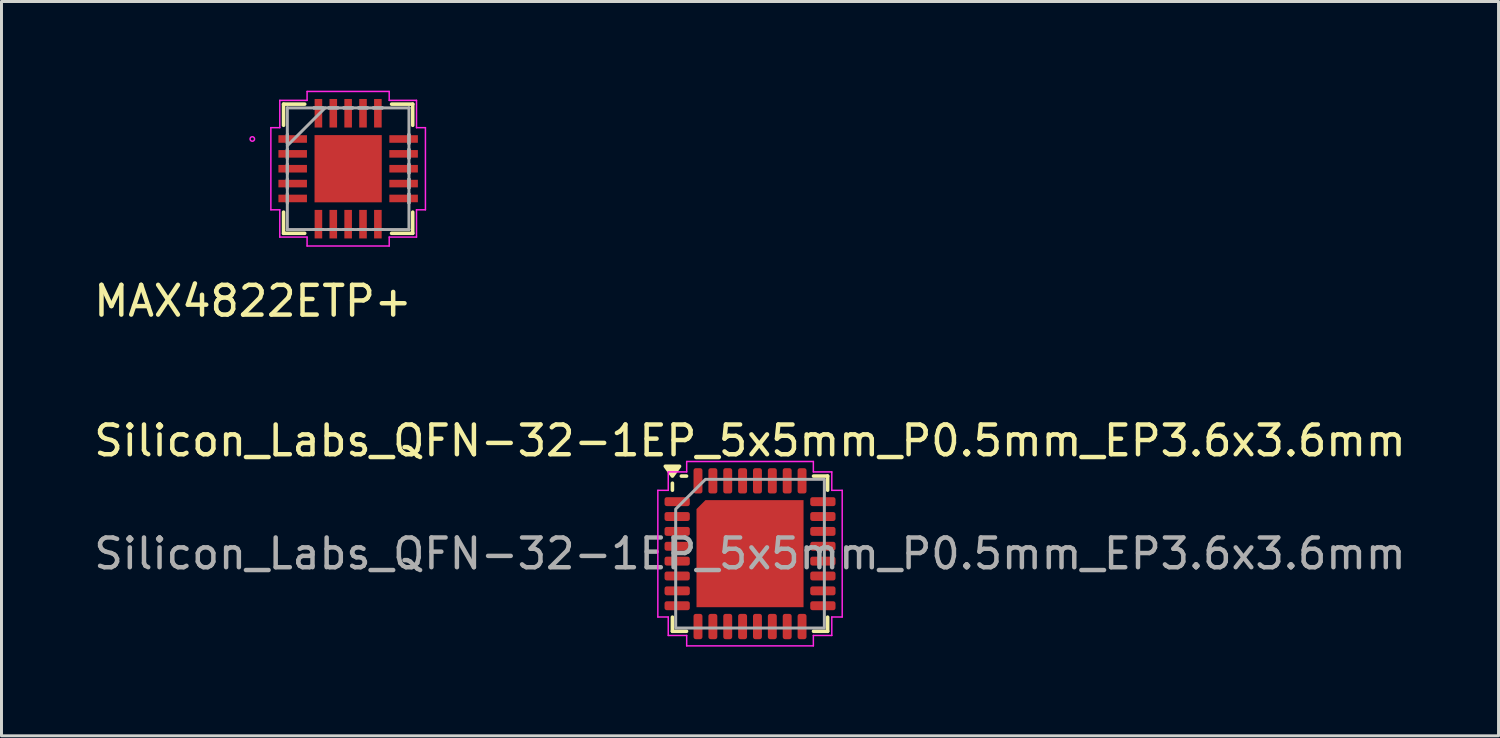
<source format=kicad_pcb>
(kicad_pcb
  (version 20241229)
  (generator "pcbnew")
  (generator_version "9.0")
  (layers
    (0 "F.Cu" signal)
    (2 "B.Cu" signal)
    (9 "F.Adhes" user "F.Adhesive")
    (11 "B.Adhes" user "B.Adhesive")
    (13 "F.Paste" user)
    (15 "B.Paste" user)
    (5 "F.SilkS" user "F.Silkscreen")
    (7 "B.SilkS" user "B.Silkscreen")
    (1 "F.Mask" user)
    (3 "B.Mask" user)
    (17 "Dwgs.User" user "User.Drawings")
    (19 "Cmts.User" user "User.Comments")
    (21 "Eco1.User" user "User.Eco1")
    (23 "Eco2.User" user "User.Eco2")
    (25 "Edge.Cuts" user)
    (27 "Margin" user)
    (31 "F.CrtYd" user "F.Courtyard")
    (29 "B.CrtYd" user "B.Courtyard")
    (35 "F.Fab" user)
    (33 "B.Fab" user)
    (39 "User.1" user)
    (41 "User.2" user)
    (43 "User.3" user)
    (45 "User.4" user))
  (footprint "MAX4822ETP+"
    (layer "F.Cu")
    (at 8.658 2.624)
    (property "Reference" "MAX4822ETP+" (at -3.2 4.45 0) (layer "F.SilkS") (effects (font (size 1 1) (thickness 0.15))))
    (attr through_hole)
    (fp_line (start -2.172 -2.172) (end -2.172 -1.46) (stroke (width 0.12) (type solid)) (layer "F.SilkS"))
    (fp_line (start -2.172 1.46) (end -2.172 2.172) (stroke (width 0.12) (type solid)) (layer "F.SilkS"))
    (fp_line (start -2.172 2.172) (end -1.46 2.172) (stroke (width 0.12) (type solid)) (layer "F.SilkS"))
    (fp_line (start -1.46 -2.172) (end -2.172 -2.172) (stroke (width 0.12) (type solid)) (layer "F.SilkS"))
    (fp_line (start 1.46 2.172) (end 2.172 2.172) (stroke (width 0.12) (type solid)) (layer "F.SilkS"))
    (fp_line (start 2.172 -2.172) (end 1.46 -2.172) (stroke (width 0.12) (type solid)) (layer "F.SilkS"))
    (fp_line (start 2.172 -1.46) (end 2.172 -2.172) (stroke (width 0.12) (type solid)) (layer "F.SilkS"))
    (fp_line (start 2.172 2.172) (end 2.172 1.46) (stroke (width 0.12) (type solid)) (layer "F.SilkS"))
    (fp_line (start -2.599 -1.381) (end -2.299 -1.381) (stroke (width 0.05) (type solid)) (layer "F.CrtYd"))
    (fp_line (start -2.599 1.381) (end -2.599 -1.381) (stroke (width 0.05) (type solid)) (layer "F.CrtYd"))
    (fp_line (start -2.299 -2.299) (end -1.381 -2.299) (stroke (width 0.05) (type solid)) (layer "F.CrtYd"))
    (fp_line (start -2.299 -1.381) (end -2.299 -2.299) (stroke (width 0.05) (type solid)) (layer "F.CrtYd"))
    (fp_line (start -2.299 1.381) (end -2.599 1.381) (stroke (width 0.05) (type solid)) (layer "F.CrtYd"))
    (fp_line (start -2.299 2.299) (end -2.299 1.381) (stroke (width 0.05) (type solid)) (layer "F.CrtYd"))
    (fp_line (start -1.381 -2.599) (end 1.381 -2.599) (stroke (width 0.05) (type solid)) (layer "F.CrtYd"))
    (fp_line (start -1.381 -2.299) (end -1.381 -2.599) (stroke (width 0.05) (type solid)) (layer "F.CrtYd"))
    (fp_line (start -1.381 2.299) (end -2.299 2.299) (stroke (width 0.05) (type solid)) (layer "F.CrtYd"))
    (fp_line (start -1.381 2.599) (end -1.381 2.299) (stroke (width 0.05) (type solid)) (layer "F.CrtYd"))
    (fp_line (start 1.381 -2.599) (end 1.381 -2.299) (stroke (width 0.05) (type solid)) (layer "F.CrtYd"))
    (fp_line (start 1.381 -2.299) (end 2.299 -2.299) (stroke (width 0.05) (type solid)) (layer "F.CrtYd"))
    (fp_line (start 1.381 2.299) (end 1.381 2.599) (stroke (width 0.05) (type solid)) (layer "F.CrtYd"))
    (fp_line (start 1.381 2.599) (end -1.381 2.599) (stroke (width 0.05) (type solid)) (layer "F.CrtYd"))
    (fp_line (start 2.299 -2.299) (end 2.299 -1.381) (stroke (width 0.05) (type solid)) (layer "F.CrtYd"))
    (fp_line (start 2.299 -1.381) (end 2.599 -1.381) (stroke (width 0.05) (type solid)) (layer "F.CrtYd"))
    (fp_line (start 2.299 1.381) (end 2.299 2.299) (stroke (width 0.05) (type solid)) (layer "F.CrtYd"))
    (fp_line (start 2.299 2.299) (end 1.381 2.299) (stroke (width 0.05) (type solid)) (layer "F.CrtYd"))
    (fp_line (start 2.599 -1.381) (end 2.599 1.381) (stroke (width 0.05) (type solid)) (layer "F.CrtYd"))
    (fp_line (start 2.599 1.381) (end 2.299 1.381) (stroke (width 0.05) (type solid)) (layer "F.CrtYd"))
    (fp_circle (center -3.223 -1) (end -3.147 -1) (stroke (width 0.05) (type solid)) (fill no) (layer "F.CrtYd"))
    (fp_line (start -2.045 -2.045) (end -2.045 -2.045) (stroke (width 0.1) (type solid)) (layer "F.Fab"))
    (fp_line (start -2.045 -2.045) (end -2.045 2.045) (stroke (width 0.1) (type solid)) (layer "F.Fab"))
    (fp_line (start -2.045 -1.152) (end -2.045 -1.152) (stroke (width 0.1) (type solid)) (layer "F.Fab"))
    (fp_line (start -2.045 -1.152) (end -2.045 -0.848) (stroke (width 0.1) (type solid)) (layer "F.Fab"))
    (fp_line (start -2.045 -0.848) (end -2.045 -1.152) (stroke (width 0.1) (type solid)) (layer "F.Fab"))
    (fp_line (start -2.045 -0.848) (end -2.045 -0.848) (stroke (width 0.1) (type solid)) (layer "F.Fab"))
    (fp_line (start -2.045 -0.775) (end -0.775 -2.045) (stroke (width 0.1) (type solid)) (layer "F.Fab"))
    (fp_line (start -2.045 -0.652) (end -2.045 -0.652) (stroke (width 0.1) (type solid)) (layer "F.Fab"))
    (fp_line (start -2.045 -0.652) (end -2.045 -0.348) (stroke (width 0.1) (type solid)) (layer "F.Fab"))
    (fp_line (start -2.045 -0.348) (end -2.045 -0.652) (stroke (width 0.1) (type solid)) (layer "F.Fab"))
    (fp_line (start -2.045 -0.348) (end -2.045 -0.348) (stroke (width 0.1) (type solid)) (layer "F.Fab"))
    (fp_line (start -2.045 -0.152) (end -2.045 -0.152) (stroke (width 0.1) (type solid)) (layer "F.Fab"))
    (fp_line (start -2.045 -0.152) (end -2.045 0.152) (stroke (width 0.1) (type solid)) (layer "F.Fab"))
    (fp_line (start -2.045 0.152) (end -2.045 -0.152) (stroke (width 0.1) (type solid)) (layer "F.Fab"))
    (fp_line (start -2.045 0.152) (end -2.045 0.152) (stroke (width 0.1) (type solid)) (layer "F.Fab"))
    (fp_line (start -2.045 0.348) (end -2.045 0.348) (stroke (width 0.1) (type solid)) (layer "F.Fab"))
    (fp_line (start -2.045 0.348) (end -2.045 0.652) (stroke (width 0.1) (type solid)) (layer "F.Fab"))
    (fp_line (start -2.045 0.652) (end -2.045 0.348) (stroke (width 0.1) (type solid)) (layer "F.Fab"))
    (fp_line (start -2.045 0.652) (end -2.045 0.652) (stroke (width 0.1) (type solid)) (layer "F.Fab"))
    (fp_line (start -2.045 0.848) (end -2.045 0.848) (stroke (width 0.1) (type solid)) (layer "F.Fab"))
    (fp_line (start -2.045 0.848) (end -2.045 1.152) (stroke (width 0.1) (type solid)) (layer "F.Fab"))
    (fp_line (start -2.045 1.152) (end -2.045 0.848) (stroke (width 0.1) (type solid)) (layer "F.Fab"))
    (fp_line (start -2.045 1.152) (end -2.045 1.152) (stroke (width 0.1) (type solid)) (layer "F.Fab"))
    (fp_line (start -2.045 2.045) (end -2.045 2.045) (stroke (width 0.1) (type solid)) (layer "F.Fab"))
    (fp_line (start -2.045 2.045) (end 2.045 2.045) (stroke (width 0.1) (type solid)) (layer "F.Fab"))
    (fp_line (start -1.152 -2.045) (end -1.152 -2.045) (stroke (width 0.1) (type solid)) (layer "F.Fab"))
    (fp_line (start -1.152 -2.045) (end -0.848 -2.045) (stroke (width 0.1) (type solid)) (layer "F.Fab"))
    (fp_line (start -1.152 2.045) (end -1.152 2.045) (stroke (width 0.1) (type solid)) (layer "F.Fab"))
    (fp_line (start -1.152 2.045) (end -0.848 2.045) (stroke (width 0.1) (type solid)) (layer "F.Fab"))
    (fp_line (start -0.848 -2.045) (end -1.152 -2.045) (stroke (width 0.1) (type solid)) (layer "F.Fab"))
    (fp_line (start -0.848 -2.045) (end -0.848 -2.045) (stroke (width 0.1) (type solid)) (layer "F.Fab"))
    (fp_line (start -0.848 2.045) (end -1.152 2.045) (stroke (width 0.1) (type solid)) (layer "F.Fab"))
    (fp_line (start -0.848 2.045) (end -0.848 2.045) (stroke (width 0.1) (type solid)) (layer "F.Fab"))
    (fp_line (start -0.652 -2.045) (end -0.652 -2.045) (stroke (width 0.1) (type solid)) (layer "F.Fab"))
    (fp_line (start -0.652 -2.045) (end -0.348 -2.045) (stroke (width 0.1) (type solid)) (layer "F.Fab"))
    (fp_line (start -0.652 2.045) (end -0.652 2.045) (stroke (width 0.1) (type solid)) (layer "F.Fab"))
    (fp_line (start -0.652 2.045) (end -0.348 2.045) (stroke (width 0.1) (type solid)) (layer "F.Fab"))
    (fp_line (start -0.348 -2.045) (end -0.652 -2.045) (stroke (width 0.1) (type solid)) (layer "F.Fab"))
    (fp_line (start -0.348 -2.045) (end -0.348 -2.045) (stroke (width 0.1) (type solid)) (layer "F.Fab"))
    (fp_line (start -0.348 2.045) (end -0.652 2.045) (stroke (width 0.1) (type solid)) (layer "F.Fab"))
    (fp_line (start -0.348 2.045) (end -0.348 2.045) (stroke (width 0.1) (type solid)) (layer "F.Fab"))
    (fp_line (start -0.152 -2.045) (end -0.152 -2.045) (stroke (width 0.1) (type solid)) (layer "F.Fab"))
    (fp_line (start -0.152 -2.045) (end 0.152 -2.045) (stroke (width 0.1) (type solid)) (layer "F.Fab"))
    (fp_line (start -0.152 2.045) (end -0.152 2.045) (stroke (width 0.1) (type solid)) (layer "F.Fab"))
    (fp_line (start -0.152 2.045) (end 0.152 2.045) (stroke (width 0.1) (type solid)) (layer "F.Fab"))
    (fp_line (start 0.152 -2.045) (end -0.152 -2.045) (stroke (width 0.1) (type solid)) (layer "F.Fab"))
    (fp_line (start 0.152 -2.045) (end 0.152 -2.045) (stroke (width 0.1) (type solid)) (layer "F.Fab"))
    (fp_line (start 0.152 2.045) (end -0.152 2.045) (stroke (width 0.1) (type solid)) (layer "F.Fab"))
    (fp_line (start 0.152 2.045) (end 0.152 2.045) (stroke (width 0.1) (type solid)) (layer "F.Fab"))
    (fp_line (start 0.348 -2.045) (end 0.348 -2.045) (stroke (width 0.1) (type solid)) (layer "F.Fab"))
    (fp_line (start 0.348 -2.045) (end 0.652 -2.045) (stroke (width 0.1) (type solid)) (layer "F.Fab"))
    (fp_line (start 0.348 2.045) (end 0.348 2.045) (stroke (width 0.1) (type solid)) (layer "F.Fab"))
    (fp_line (start 0.348 2.045) (end 0.652 2.045) (stroke (width 0.1) (type solid)) (layer "F.Fab"))
    (fp_line (start 0.652 -2.045) (end 0.348 -2.045) (stroke (width 0.1) (type solid)) (layer "F.Fab"))
    (fp_line (start 0.652 -2.045) (end 0.652 -2.045) (stroke (width 0.1) (type solid)) (layer "F.Fab"))
    (fp_line (start 0.652 2.045) (end 0.348 2.045) (stroke (width 0.1) (type solid)) (layer "F.Fab"))
    (fp_line (start 0.652 2.045) (end 0.652 2.045) (stroke (width 0.1) (type solid)) (layer "F.Fab"))
    (fp_line (start 0.848 -2.045) (end 0.848 -2.045) (stroke (width 0.1) (type solid)) (layer "F.Fab"))
    (fp_line (start 0.848 -2.045) (end 1.152 -2.045) (stroke (width 0.1) (type solid)) (layer "F.Fab"))
    (fp_line (start 0.848 2.045) (end 0.848 2.045) (stroke (width 0.1) (type solid)) (layer "F.Fab"))
    (fp_line (start 0.848 2.045) (end 1.152 2.045) (stroke (width 0.1) (type solid)) (layer "F.Fab"))
    (fp_line (start 1.152 -2.045) (end 0.848 -2.045) (stroke (width 0.1) (type solid)) (layer "F.Fab"))
    (fp_line (start 1.152 -2.045) (end 1.152 -2.045) (stroke (width 0.1) (type solid)) (layer "F.Fab"))
    (fp_line (start 1.152 2.045) (end 0.848 2.045) (stroke (width 0.1) (type solid)) (layer "F.Fab"))
    (fp_line (start 1.152 2.045) (end 1.152 2.045) (stroke (width 0.1) (type solid)) (layer "F.Fab"))
    (fp_line (start 2.045 -2.045) (end -2.045 -2.045) (stroke (width 0.1) (type solid)) (layer "F.Fab"))
    (fp_line (start 2.045 -2.045) (end 2.045 -2.045) (stroke (width 0.1) (type solid)) (layer "F.Fab"))
    (fp_line (start 2.045 -1.152) (end 2.045 -1.152) (stroke (width 0.1) (type solid)) (layer "F.Fab"))
    (fp_line (start 2.045 -1.152) (end 2.045 -0.848) (stroke (width 0.1) (type solid)) (layer "F.Fab"))
    (fp_line (start 2.045 -0.848) (end 2.045 -1.152) (stroke (width 0.1) (type solid)) (layer "F.Fab"))
    (fp_line (start 2.045 -0.848) (end 2.045 -0.848) (stroke (width 0.1) (type solid)) (layer "F.Fab"))
    (fp_line (start 2.045 -0.652) (end 2.045 -0.652) (stroke (width 0.1) (type solid)) (layer "F.Fab"))
    (fp_line (start 2.045 -0.652) (end 2.045 -0.348) (stroke (width 0.1) (type solid)) (layer "F.Fab"))
    (fp_line (start 2.045 -0.348) (end 2.045 -0.652) (stroke (width 0.1) (type solid)) (layer "F.Fab"))
    (fp_line (start 2.045 -0.348) (end 2.045 -0.348) (stroke (width 0.1) (type solid)) (layer "F.Fab"))
    (fp_line (start 2.045 -0.152) (end 2.045 -0.152) (stroke (width 0.1) (type solid)) (layer "F.Fab"))
    (fp_line (start 2.045 -0.152) (end 2.045 0.152) (stroke (width 0.1) (type solid)) (layer "F.Fab"))
    (fp_line (start 2.045 0.152) (end 2.045 -0.152) (stroke (width 0.1) (type solid)) (layer "F.Fab"))
    (fp_line (start 2.045 0.152) (end 2.045 0.152) (stroke (width 0.1) (type solid)) (layer "F.Fab"))
    (fp_line (start 2.045 0.348) (end 2.045 0.348) (stroke (width 0.1) (type solid)) (layer "F.Fab"))
    (fp_line (start 2.045 0.348) (end 2.045 0.652) (stroke (width 0.1) (type solid)) (layer "F.Fab"))
    (fp_line (start 2.045 0.652) (end 2.045 0.348) (stroke (width 0.1) (type solid)) (layer "F.Fab"))
    (fp_line (start 2.045 0.652) (end 2.045 0.652) (stroke (width 0.1) (type solid)) (layer "F.Fab"))
    (fp_line (start 2.045 0.848) (end 2.045 0.848) (stroke (width 0.1) (type solid)) (layer "F.Fab"))
    (fp_line (start 2.045 0.848) (end 2.045 1.152) (stroke (width 0.1) (type solid)) (layer "F.Fab"))
    (fp_line (start 2.045 1.152) (end 2.045 0.848) (stroke (width 0.1) (type solid)) (layer "F.Fab"))
    (fp_line (start 2.045 1.152) (end 2.045 1.152) (stroke (width 0.1) (type solid)) (layer "F.Fab"))
    (fp_line (start 2.045 2.045) (end 2.045 -2.045) (stroke (width 0.1) (type solid)) (layer "F.Fab"))
    (fp_line (start 2.045 2.045) (end 2.045 2.045) (stroke (width 0.1) (type solid)) (layer "F.Fab"))
    (pad "1" smd rect (at -1.865 -1 90) (size 0.255 0.96) (layers "F.Cu" "F.Mask" "F.Paste"))
    (pad "2" smd rect (at -1.865 -0.5 90) (size 0.255 0.96) (layers "F.Cu" "F.Mask" "F.Paste"))
    (pad "3" smd rect (at -1.865 0 90) (size 0.255 0.96) (layers "F.Cu" "F.Mask" "F.Paste"))
    (pad "4" smd rect (at -1.865 0.5 90) (size 0.255 0.96) (layers "F.Cu" "F.Mask" "F.Paste"))
    (pad "5" smd rect (at -1.865 1 90) (size 0.255 0.96) (layers "F.Cu" "F.Mask" "F.Paste"))
    (pad "6" smd rect (at -1 1.865) (size 0.255 0.96) (layers "F.Cu" "F.Mask" "F.Paste"))
    (pad "7" smd rect (at -0.5 1.865) (size 0.255 0.96) (layers "F.Cu" "F.Mask" "F.Paste"))
    (pad "8" smd rect (at 0 1.865) (size 0.255 0.96) (layers "F.Cu" "F.Mask" "F.Paste"))
    (pad "9" smd rect (at 0.5 1.865) (size 0.255 0.96) (layers "F.Cu" "F.Mask" "F.Paste"))
    (pad "10" smd rect (at 1 1.865) (size 0.255 0.96) (layers "F.Cu" "F.Mask" "F.Paste"))
    (pad "11" smd rect (at 1.865 1 90) (size 0.255 0.96) (layers "F.Cu" "F.Mask" "F.Paste"))
    (pad "12" smd rect (at 1.865 0.5 90) (size 0.255 0.96) (layers "F.Cu" "F.Mask" "F.Paste"))
    (pad "13" smd rect (at 1.865 0 90) (size 0.255 0.96) (layers "F.Cu" "F.Mask" "F.Paste"))
    (pad "14" smd rect (at 1.865 -0.5 90) (size 0.255 0.96) (layers "F.Cu" "F.Mask" "F.Paste"))
    (pad "15" smd rect (at 1.865 -1 90) (size 0.255 0.96) (layers "F.Cu" "F.Mask" "F.Paste"))
    (pad "16" smd rect (at 1 -1.865) (size 0.255 0.96) (layers "F.Cu" "F.Mask" "F.Paste"))
    (pad "17" smd rect (at 0.5 -1.865) (size 0.255 0.96) (layers "F.Cu" "F.Mask" "F.Paste"))
    (pad "18" smd rect (at 0 -1.865) (size 0.255 0.96) (layers "F.Cu" "F.Mask" "F.Paste"))
    (pad "19" smd rect (at -0.5 -1.865) (size 0.255 0.96) (layers "F.Cu" "F.Mask" "F.Paste"))
    (pad "20" smd rect (at -1 -1.865) (size 0.255 0.96) (layers "F.Cu" "F.Mask" "F.Paste"))
    (pad "21" smd rect (at 0 0) (size 2.261 2.261) (layers "F.Cu" "F.Mask" "F.Paste")))
  (footprint "Silicon_Labs_QFN-32-1EP_5x5mm_P0.5mm_EP3.6x3.6mm"
    (layer "F.Cu")
    (at 22.173 15.57)
    (property "Reference" "Silicon_Labs_QFN-32-1EP_5x5mm_P0.5mm_EP3.6x3.6mm" (at 0 -3.8 0) (layer "F.SilkS") (effects (font (size 1 1) (thickness 0.15))))
    (attr smd)
    (fp_poly (pts (xy -1.8 -1.5) (xy -1.5 -1.8) (xy 1.8 -1.8) (xy 1.8 1.8) (xy -1.8 1.8)) (stroke (width 0) (type solid)) (fill yes) (layer "F.Cu"))
    (fp_line (start -2.61 -2.135) (end -2.61 -2.37) (stroke (width 0.12) (type solid)) (layer "F.SilkS"))
    (fp_line (start -2.61 2.61) (end -2.61 2.135) (stroke (width 0.12) (type solid)) (layer "F.SilkS"))
    (fp_line (start -2.135 -2.61) (end -2.31 -2.61) (stroke (width 0.12) (type solid)) (layer "F.SilkS"))
    (fp_line (start -2.135 2.61) (end -2.61 2.61) (stroke (width 0.12) (type solid)) (layer "F.SilkS"))
    (fp_line (start 2.135 -2.61) (end 2.61 -2.61) (stroke (width 0.12) (type solid)) (layer "F.SilkS"))
    (fp_line (start 2.135 2.61) (end 2.61 2.61) (stroke (width 0.12) (type solid)) (layer "F.SilkS"))
    (fp_line (start 2.61 -2.61) (end 2.61 -2.135) (stroke (width 0.12) (type solid)) (layer "F.SilkS"))
    (fp_line (start 2.61 2.61) (end 2.61 2.135) (stroke (width 0.12) (type solid)) (layer "F.SilkS"))
    (fp_poly (pts (xy -2.61 -2.61) (xy -2.85 -2.94) (xy -2.37 -2.94)) (stroke (width 0.12) (type solid)) (fill yes) (layer "F.SilkS"))
    (fp_line (start -3.1 -2.13) (end -2.75 -2.13) (stroke (width 0.05) (type solid)) (layer "F.CrtYd"))
    (fp_line (start -3.1 2.13) (end -3.1 -2.13) (stroke (width 0.05) (type solid)) (layer "F.CrtYd"))
    (fp_line (start -2.75 -2.75) (end -2.13 -2.75) (stroke (width 0.05) (type solid)) (layer "F.CrtYd"))
    (fp_line (start -2.75 -2.13) (end -2.75 -2.75) (stroke (width 0.05) (type solid)) (layer "F.CrtYd"))
    (fp_line (start -2.75 2.13) (end -3.1 2.13) (stroke (width 0.05) (type solid)) (layer "F.CrtYd"))
    (fp_line (start -2.75 2.75) (end -2.75 2.13) (stroke (width 0.05) (type solid)) (layer "F.CrtYd"))
    (fp_line (start -2.13 -3.1) (end 2.13 -3.1) (stroke (width 0.05) (type solid)) (layer "F.CrtYd"))
    (fp_line (start -2.13 -2.75) (end -2.13 -3.1) (stroke (width 0.05) (type solid)) (layer "F.CrtYd"))
    (fp_line (start -2.13 2.75) (end -2.75 2.75) (stroke (width 0.05) (type solid)) (layer "F.CrtYd"))
    (fp_line (start -2.13 3.1) (end -2.13 2.75) (stroke (width 0.05) (type solid)) (layer "F.CrtYd"))
    (fp_line (start 2.13 -3.1) (end 2.13 -2.75) (stroke (width 0.05) (type solid)) (layer "F.CrtYd"))
    (fp_line (start 2.13 -2.75) (end 2.75 -2.75) (stroke (width 0.05) (type solid)) (layer "F.CrtYd"))
    (fp_line (start 2.13 2.75) (end 2.13 3.1) (stroke (width 0.05) (type solid)) (layer "F.CrtYd"))
    (fp_line (start 2.13 3.1) (end -2.13 3.1) (stroke (width 0.05) (type solid)) (layer "F.CrtYd"))
    (fp_line (start 2.75 -2.75) (end 2.75 -2.13) (stroke (width 0.05) (type solid)) (layer "F.CrtYd"))
    (fp_line (start 2.75 -2.13) (end 3.1 -2.13) (stroke (width 0.05) (type solid)) (layer "F.CrtYd"))
    (fp_line (start 2.75 2.13) (end 2.75 2.75) (stroke (width 0.05) (type solid)) (layer "F.CrtYd"))
    (fp_line (start 2.75 2.75) (end 2.13 2.75) (stroke (width 0.05) (type solid)) (layer "F.CrtYd"))
    (fp_line (start 3.1 -2.13) (end 3.1 2.13) (stroke (width 0.05) (type solid)) (layer "F.CrtYd"))
    (fp_line (start 3.1 2.13) (end 2.75 2.13) (stroke (width 0.05) (type solid)) (layer "F.CrtYd"))
    (fp_poly (pts (xy -2.5 -1.5) (xy -2.5 2.5) (xy 2.5 2.5) (xy 2.5 -2.5) (xy -1.5 -2.5)) (stroke (width 0.1) (type solid)) (fill no) (layer "F.Fab"))
    (fp_text user "${REFERENCE}" (at 0 0 0) (layer "F.Fab") (effects (font (size 1 1) (thickness 0.15))))
    (pad "" smd roundrect (at -0.875 -0.875) (size 1.41 1.41) (layers "F.Paste") (roundrect_rratio 0.177))
    (pad "" smd roundrect (at -0.875 0.875) (size 1.41 1.41) (layers "F.Paste") (roundrect_rratio 0.177))
    (pad "" smd roundrect (at 0.875 -0.875) (size 1.41 1.41) (layers "F.Paste") (roundrect_rratio 0.177))
    (pad "" smd roundrect (at 0.875 0.875) (size 1.41 1.41) (layers "F.Paste") (roundrect_rratio 0.177))
    (pad "1" smd roundrect (at -2.45 -1.75) (size 0.85 0.3) (layers "F.Cu" "F.Mask" "F.Paste") (roundrect_rratio 0.25))
    (pad "2" smd roundrect (at -2.45 -1.25) (size 0.85 0.3) (layers "F.Cu" "F.Mask" "F.Paste") (roundrect_rratio 0.25))
    (pad "3" smd roundrect (at -2.45 -0.75) (size 0.85 0.3) (layers "F.Cu" "F.Mask" "F.Paste") (roundrect_rratio 0.25))
    (pad "4" smd roundrect (at -2.45 -0.25) (size 0.85 0.3) (layers "F.Cu" "F.Mask" "F.Paste") (roundrect_rratio 0.25))
    (pad "5" smd roundrect (at -2.45 0.25) (size 0.85 0.3) (layers "F.Cu" "F.Mask" "F.Paste") (roundrect_rratio 0.25))
    (pad "6" smd roundrect (at -2.45 0.75) (size 0.85 0.3) (layers "F.Cu" "F.Mask" "F.Paste") (roundrect_rratio 0.25))
    (pad "7" smd roundrect (at -2.45 1.25) (size 0.85 0.3) (layers "F.Cu" "F.Mask" "F.Paste") (roundrect_rratio 0.25))
    (pad "8" smd roundrect (at -2.45 1.75) (size 0.85 0.3) (layers "F.Cu" "F.Mask" "F.Paste") (roundrect_rratio 0.25))
    (pad "9" smd roundrect (at -1.75 2.45) (size 0.3 0.85) (layers "F.Cu" "F.Mask" "F.Paste") (roundrect_rratio 0.25))
    (pad "10" smd roundrect (at -1.25 2.45) (size 0.3 0.85) (layers "F.Cu" "F.Mask" "F.Paste") (roundrect_rratio 0.25))
    (pad "11" smd roundrect (at -0.75 2.45) (size 0.3 0.85) (layers "F.Cu" "F.Mask" "F.Paste") (roundrect_rratio 0.25))
    (pad "12" smd roundrect (at -0.25 2.45) (size 0.3 0.85) (layers "F.Cu" "F.Mask" "F.Paste") (roundrect_rratio 0.25))
    (pad "13" smd roundrect (at 0.25 2.45) (size 0.3 0.85) (layers "F.Cu" "F.Mask" "F.Paste") (roundrect_rratio 0.25))
    (pad "14" smd roundrect (at 0.75 2.45) (size 0.3 0.85) (layers "F.Cu" "F.Mask" "F.Paste") (roundrect_rratio 0.25))
    (pad "15" smd roundrect (at 1.25 2.45) (size 0.3 0.85) (layers "F.Cu" "F.Mask" "F.Paste") (roundrect_rratio 0.25))
    (pad "16" smd roundrect (at 1.75 2.45) (size 0.3 0.85) (layers "F.Cu" "F.Mask" "F.Paste") (roundrect_rratio 0.25))
    (pad "17" smd roundrect (at 2.45 1.75) (size 0.85 0.3) (layers "F.Cu" "F.Mask" "F.Paste") (roundrect_rratio 0.25))
    (pad "18" smd roundrect (at 2.45 1.25) (size 0.85 0.3) (layers "F.Cu" "F.Mask" "F.Paste") (roundrect_rratio 0.25))
    (pad "19" smd roundrect (at 2.45 0.75) (size 0.85 0.3) (layers "F.Cu" "F.Mask" "F.Paste") (roundrect_rratio 0.25))
    (pad "20" smd roundrect (at 2.45 0.25) (size 0.85 0.3) (layers "F.Cu" "F.Mask" "F.Paste") (roundrect_rratio 0.25))
    (pad "21" smd roundrect (at 2.45 -0.25) (size 0.85 0.3) (layers "F.Cu" "F.Mask" "F.Paste") (roundrect_rratio 0.25))
    (pad "22" smd roundrect (at 2.45 -0.75) (size 0.85 0.3) (layers "F.Cu" "F.Mask" "F.Paste") (roundrect_rratio 0.25))
    (pad "23" smd roundrect (at 2.45 -1.25) (size 0.85 0.3) (layers "F.Cu" "F.Mask" "F.Paste") (roundrect_rratio 0.25))
    (pad "24" smd roundrect (at 2.45 -1.75) (size 0.85 0.3) (layers "F.Cu" "F.Mask" "F.Paste") (roundrect_rratio 0.25))
    (pad "25" smd roundrect (at 1.75 -2.45) (size 0.3 0.85) (layers "F.Cu" "F.Mask" "F.Paste") (roundrect_rratio 0.25))
    (pad "26" smd roundrect (at 1.25 -2.45) (size 0.3 0.85) (layers "F.Cu" "F.Mask" "F.Paste") (roundrect_rratio 0.25))
    (pad "27" smd roundrect (at 0.75 -2.45) (size 0.3 0.85) (layers "F.Cu" "F.Mask" "F.Paste") (roundrect_rratio 0.25))
    (pad "28" smd roundrect (at 0.25 -2.45) (size 0.3 0.85) (layers "F.Cu" "F.Mask" "F.Paste") (roundrect_rratio 0.25))
    (pad "29" smd roundrect (at -0.25 -2.45) (size 0.3 0.85) (layers "F.Cu" "F.Mask" "F.Paste") (roundrect_rratio 0.25))
    (pad "30" smd roundrect (at -0.75 -2.45) (size 0.3 0.85) (layers "F.Cu" "F.Mask" "F.Paste") (roundrect_rratio 0.25))
    (pad "31" smd roundrect (at -1.25 -2.45) (size 0.3 0.85) (layers "F.Cu" "F.Mask" "F.Paste") (roundrect_rratio 0.25))
    (pad "32" smd roundrect (at -1.75 -2.45) (size 0.3 0.85) (layers "F.Cu" "F.Mask" "F.Paste") (roundrect_rratio 0.25))
    (pad "33" smd rect (at 0 0) (size 3.1 3.1) (property pad_prop_heatsink) (layers "F.Cu" "F.Mask")))
  (gr_rect
    (start -3 -3)
    (end 47.345 21.695)
    (stroke (width 0.1) (type default))
    (fill no)
    (layer "Edge.Cuts")))
</source>
